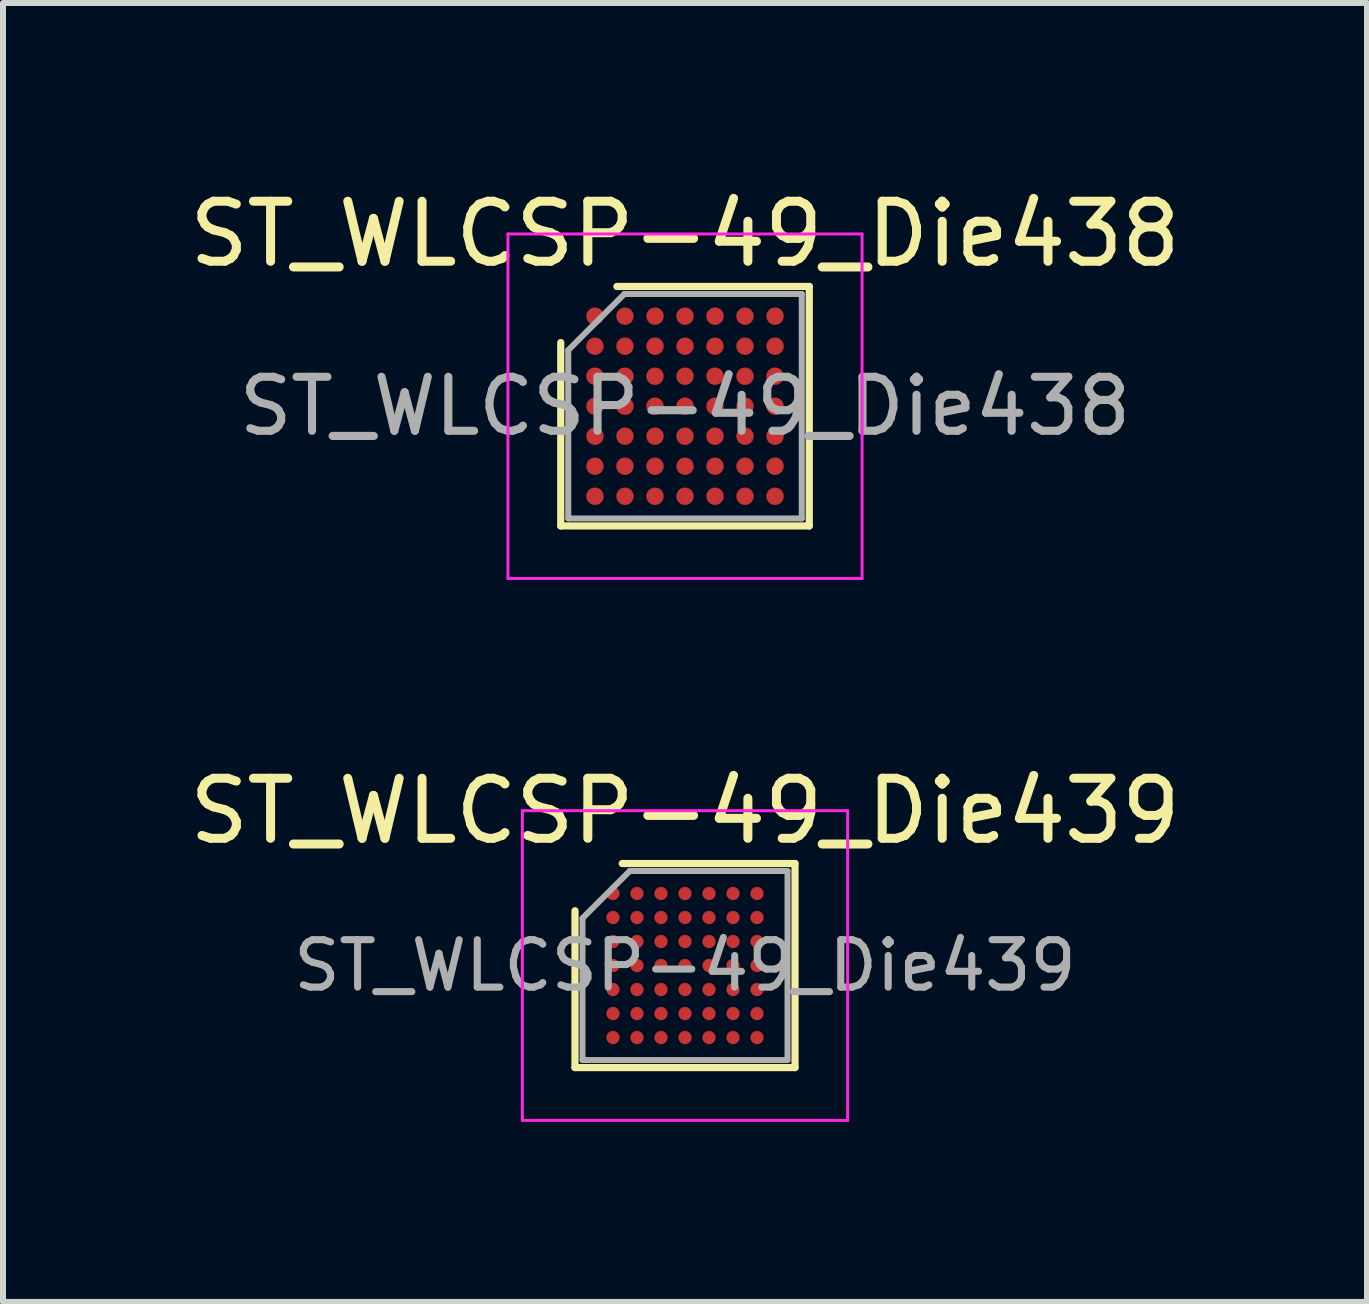
<source format=kicad_pcb>
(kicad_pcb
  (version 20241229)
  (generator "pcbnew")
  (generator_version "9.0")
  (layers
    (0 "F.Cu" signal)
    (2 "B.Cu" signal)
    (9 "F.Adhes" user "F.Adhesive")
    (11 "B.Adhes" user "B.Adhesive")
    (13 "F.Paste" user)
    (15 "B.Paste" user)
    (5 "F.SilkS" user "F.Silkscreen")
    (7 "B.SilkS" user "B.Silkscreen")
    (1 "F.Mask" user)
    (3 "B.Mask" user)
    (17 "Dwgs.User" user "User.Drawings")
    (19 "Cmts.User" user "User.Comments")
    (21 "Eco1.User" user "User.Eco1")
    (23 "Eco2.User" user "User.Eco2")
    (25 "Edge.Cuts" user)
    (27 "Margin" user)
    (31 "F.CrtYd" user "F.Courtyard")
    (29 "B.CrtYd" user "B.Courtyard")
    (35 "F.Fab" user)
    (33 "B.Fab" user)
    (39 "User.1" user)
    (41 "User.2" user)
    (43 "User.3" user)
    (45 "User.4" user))
  (footprint "ST_WLCSP-49_Die438"
    (layer "F.Cu")
    (at 8.363 3.718)
    (property "Reference" "ST_WLCSP-49_Die438" (at 0 -2.87 0) (layer "F.SilkS") (effects (font (size 1 1) (thickness 0.15))))
    (attr smd)
    (fp_line (start -2.07 1.995) (end -2.07 -1.06) (stroke (width 0.12) (type solid)) (layer "F.SilkS"))
    (fp_line (start -1.135 -1.995) (end 2.07 -1.995) (stroke (width 0.12) (type solid)) (layer "F.SilkS"))
    (fp_line (start 2.07 -1.995) (end 2.07 1.995) (stroke (width 0.12) (type solid)) (layer "F.SilkS"))
    (fp_line (start 2.07 1.995) (end -2.07 1.995) (stroke (width 0.12) (type solid)) (layer "F.SilkS"))
    (fp_line (start -2.95 -2.87) (end -2.95 2.87) (stroke (width 0.05) (type solid)) (layer "F.CrtYd"))
    (fp_line (start -2.95 2.87) (end 2.95 2.87) (stroke (width 0.05) (type solid)) (layer "F.CrtYd"))
    (fp_line (start 2.95 -2.87) (end -2.95 -2.87) (stroke (width 0.05) (type solid)) (layer "F.CrtYd"))
    (fp_line (start 2.95 2.87) (end 2.95 -2.87) (stroke (width 0.05) (type solid)) (layer "F.CrtYd"))
    (fp_line (start -1.945 -0.935) (end -1.01 -1.87) (stroke (width 0.1) (type solid)) (layer "F.Fab"))
    (fp_line (start -1.945 1.87) (end -1.945 -0.935) (stroke (width 0.1) (type solid)) (layer "F.Fab"))
    (fp_line (start -1.01 -1.87) (end 1.945 -1.87) (stroke (width 0.1) (type solid)) (layer "F.Fab"))
    (fp_line (start 1.945 -1.87) (end 1.945 1.87) (stroke (width 0.1) (type solid)) (layer "F.Fab"))
    (fp_line (start 1.945 1.87) (end -1.945 1.87) (stroke (width 0.1) (type solid)) (layer "F.Fab"))
    (fp_text user "${REFERENCE}" (at 0 0 0) (layer "F.Fab") (effects (font (size 0.9 0.9) (thickness 0.135))))
    (pad "A1" smd circle (at -1.5 -1.5) (size 0.29 0.29) (layers "F.Cu" "F.Mask" "F.Paste"))
    (pad "A2" smd circle (at -1 -1.5) (size 0.29 0.29) (layers "F.Cu" "F.Mask" "F.Paste"))
    (pad "A3" smd circle (at -0.5 -1.5) (size 0.29 0.29) (layers "F.Cu" "F.Mask" "F.Paste"))
    (pad "A4" smd circle (at 0 -1.5) (size 0.29 0.29) (layers "F.Cu" "F.Mask" "F.Paste"))
    (pad "A5" smd circle (at 0.5 -1.5) (size 0.29 0.29) (layers "F.Cu" "F.Mask" "F.Paste"))
    (pad "A6" smd circle (at 1 -1.5) (size 0.29 0.29) (layers "F.Cu" "F.Mask" "F.Paste"))
    (pad "A7" smd circle (at 1.5 -1.5) (size 0.29 0.29) (layers "F.Cu" "F.Mask" "F.Paste"))
    (pad "B1" smd circle (at -1.5 -1) (size 0.29 0.29) (layers "F.Cu" "F.Mask" "F.Paste"))
    (pad "B2" smd circle (at -1 -1) (size 0.29 0.29) (layers "F.Cu" "F.Mask" "F.Paste"))
    (pad "B3" smd circle (at -0.5 -1) (size 0.29 0.29) (layers "F.Cu" "F.Mask" "F.Paste"))
    (pad "B4" smd circle (at 0 -1) (size 0.29 0.29) (layers "F.Cu" "F.Mask" "F.Paste"))
    (pad "B5" smd circle (at 0.5 -1) (size 0.29 0.29) (layers "F.Cu" "F.Mask" "F.Paste"))
    (pad "B6" smd circle (at 1 -1) (size 0.29 0.29) (layers "F.Cu" "F.Mask" "F.Paste"))
    (pad "B7" smd circle (at 1.5 -1) (size 0.29 0.29) (layers "F.Cu" "F.Mask" "F.Paste"))
    (pad "C1" smd circle (at -1.5 -0.5) (size 0.29 0.29) (layers "F.Cu" "F.Mask" "F.Paste"))
    (pad "C2" smd circle (at -1 -0.5) (size 0.29 0.29) (layers "F.Cu" "F.Mask" "F.Paste"))
    (pad "C3" smd circle (at -0.5 -0.5) (size 0.29 0.29) (layers "F.Cu" "F.Mask" "F.Paste"))
    (pad "C4" smd circle (at 0 -0.5) (size 0.29 0.29) (layers "F.Cu" "F.Mask" "F.Paste"))
    (pad "C5" smd circle (at 0.5 -0.5) (size 0.29 0.29) (layers "F.Cu" "F.Mask" "F.Paste"))
    (pad "C6" smd circle (at 1 -0.5) (size 0.29 0.29) (layers "F.Cu" "F.Mask" "F.Paste"))
    (pad "C7" smd circle (at 1.5 -0.5) (size 0.29 0.29) (layers "F.Cu" "F.Mask" "F.Paste"))
    (pad "D1" smd circle (at -1.5 0) (size 0.29 0.29) (layers "F.Cu" "F.Mask" "F.Paste"))
    (pad "D2" smd circle (at -1 0) (size 0.29 0.29) (layers "F.Cu" "F.Mask" "F.Paste"))
    (pad "D3" smd circle (at -0.5 0) (size 0.29 0.29) (layers "F.Cu" "F.Mask" "F.Paste"))
    (pad "D4" smd circle (at 0 0) (size 0.29 0.29) (layers "F.Cu" "F.Mask" "F.Paste"))
    (pad "D5" smd circle (at 0.5 0) (size 0.29 0.29) (layers "F.Cu" "F.Mask" "F.Paste"))
    (pad "D6" smd circle (at 1 0) (size 0.29 0.29) (layers "F.Cu" "F.Mask" "F.Paste"))
    (pad "D7" smd circle (at 1.5 0) (size 0.29 0.29) (layers "F.Cu" "F.Mask" "F.Paste"))
    (pad "E1" smd circle (at -1.5 0.5) (size 0.29 0.29) (layers "F.Cu" "F.Mask" "F.Paste"))
    (pad "E2" smd circle (at -1 0.5) (size 0.29 0.29) (layers "F.Cu" "F.Mask" "F.Paste"))
    (pad "E3" smd circle (at -0.5 0.5) (size 0.29 0.29) (layers "F.Cu" "F.Mask" "F.Paste"))
    (pad "E4" smd circle (at 0 0.5) (size 0.29 0.29) (layers "F.Cu" "F.Mask" "F.Paste"))
    (pad "E5" smd circle (at 0.5 0.5) (size 0.29 0.29) (layers "F.Cu" "F.Mask" "F.Paste"))
    (pad "E6" smd circle (at 1 0.5) (size 0.29 0.29) (layers "F.Cu" "F.Mask" "F.Paste"))
    (pad "E7" smd circle (at 1.5 0.5) (size 0.29 0.29) (layers "F.Cu" "F.Mask" "F.Paste"))
    (pad "F1" smd circle (at -1.5 1) (size 0.29 0.29) (layers "F.Cu" "F.Mask" "F.Paste"))
    (pad "F2" smd circle (at -1 1) (size 0.29 0.29) (layers "F.Cu" "F.Mask" "F.Paste"))
    (pad "F3" smd circle (at -0.5 1) (size 0.29 0.29) (layers "F.Cu" "F.Mask" "F.Paste"))
    (pad "F4" smd circle (at 0 1) (size 0.29 0.29) (layers "F.Cu" "F.Mask" "F.Paste"))
    (pad "F5" smd circle (at 0.5 1) (size 0.29 0.29) (layers "F.Cu" "F.Mask" "F.Paste"))
    (pad "F6" smd circle (at 1 1) (size 0.29 0.29) (layers "F.Cu" "F.Mask" "F.Paste"))
    (pad "F7" smd circle (at 1.5 1) (size 0.29 0.29) (layers "F.Cu" "F.Mask" "F.Paste"))
    (pad "G1" smd circle (at -1.5 1.5) (size 0.29 0.29) (layers "F.Cu" "F.Mask" "F.Paste"))
    (pad "G2" smd circle (at -1 1.5) (size 0.29 0.29) (layers "F.Cu" "F.Mask" "F.Paste"))
    (pad "G3" smd circle (at -0.5 1.5) (size 0.29 0.29) (layers "F.Cu" "F.Mask" "F.Paste"))
    (pad "G4" smd circle (at 0 1.5) (size 0.29 0.29) (layers "F.Cu" "F.Mask" "F.Paste"))
    (pad "G5" smd circle (at 0.5 1.5) (size 0.29 0.29) (layers "F.Cu" "F.Mask" "F.Paste"))
    (pad "G6" smd circle (at 1 1.5) (size 0.29 0.29) (layers "F.Cu" "F.Mask" "F.Paste"))
    (pad "G7" smd circle (at 1.5 1.5) (size 0.29 0.29) (layers "F.Cu" "F.Mask" "F.Paste")))
  (footprint "ST_WLCSP-49_Die439"
    (layer "F.Cu")
    (at 8.363 13.037)
    (property "Reference" "ST_WLCSP-49_Die439" (at 0 -2.575 0) (layer "F.SilkS") (effects (font (size 1 1) (thickness 0.15))))
    (attr smd)
    (fp_line (start -1.833 1.7) (end -1.833 -0.913) (stroke (width 0.12) (type solid)) (layer "F.SilkS"))
    (fp_line (start -1.046 -1.7) (end 1.833 -1.7) (stroke (width 0.12) (type solid)) (layer "F.SilkS"))
    (fp_line (start 1.833 -1.7) (end 1.833 1.7) (stroke (width 0.12) (type solid)) (layer "F.SilkS"))
    (fp_line (start 1.833 1.7) (end -1.833 1.7) (stroke (width 0.12) (type solid)) (layer "F.SilkS"))
    (fp_line (start -2.71 -2.58) (end -2.71 2.58) (stroke (width 0.05) (type solid)) (layer "F.CrtYd"))
    (fp_line (start -2.71 2.58) (end 2.71 2.58) (stroke (width 0.05) (type solid)) (layer "F.CrtYd"))
    (fp_line (start 2.71 -2.58) (end -2.71 -2.58) (stroke (width 0.05) (type solid)) (layer "F.CrtYd"))
    (fp_line (start 2.71 2.58) (end 2.71 -2.58) (stroke (width 0.05) (type solid)) (layer "F.CrtYd"))
    (fp_line (start -1.708 -0.788) (end -0.921 -1.575) (stroke (width 0.1) (type solid)) (layer "F.Fab"))
    (fp_line (start -1.708 1.575) (end -1.708 -0.788) (stroke (width 0.1) (type solid)) (layer "F.Fab"))
    (fp_line (start -0.921 -1.575) (end 1.708 -1.575) (stroke (width 0.1) (type solid)) (layer "F.Fab"))
    (fp_line (start 1.708 -1.575) (end 1.708 1.575) (stroke (width 0.1) (type solid)) (layer "F.Fab"))
    (fp_line (start 1.708 1.575) (end -1.708 1.575) (stroke (width 0.1) (type solid)) (layer "F.Fab"))
    (fp_text user "${REFERENCE}" (at 0 0 0) (layer "F.Fab") (effects (font (size 0.79 0.79) (thickness 0.118))))
    (pad "A1" smd circle (at -1.2 -1.2) (size 0.22 0.22) (layers "F.Cu" "F.Mask" "F.Paste"))
    (pad "A2" smd circle (at -0.8 -1.2) (size 0.22 0.22) (layers "F.Cu" "F.Mask" "F.Paste"))
    (pad "A3" smd circle (at -0.4 -1.2) (size 0.22 0.22) (layers "F.Cu" "F.Mask" "F.Paste"))
    (pad "A4" smd circle (at 0 -1.2) (size 0.22 0.22) (layers "F.Cu" "F.Mask" "F.Paste"))
    (pad "A5" smd circle (at 0.4 -1.2) (size 0.22 0.22) (layers "F.Cu" "F.Mask" "F.Paste"))
    (pad "A6" smd circle (at 0.8 -1.2) (size 0.22 0.22) (layers "F.Cu" "F.Mask" "F.Paste"))
    (pad "A7" smd circle (at 1.2 -1.2) (size 0.22 0.22) (layers "F.Cu" "F.Mask" "F.Paste"))
    (pad "B1" smd circle (at -1.2 -0.8) (size 0.22 0.22) (layers "F.Cu" "F.Mask" "F.Paste"))
    (pad "B2" smd circle (at -0.8 -0.8) (size 0.22 0.22) (layers "F.Cu" "F.Mask" "F.Paste"))
    (pad "B3" smd circle (at -0.4 -0.8) (size 0.22 0.22) (layers "F.Cu" "F.Mask" "F.Paste"))
    (pad "B4" smd circle (at 0 -0.8) (size 0.22 0.22) (layers "F.Cu" "F.Mask" "F.Paste"))
    (pad "B5" smd circle (at 0.4 -0.8) (size 0.22 0.22) (layers "F.Cu" "F.Mask" "F.Paste"))
    (pad "B6" smd circle (at 0.8 -0.8) (size 0.22 0.22) (layers "F.Cu" "F.Mask" "F.Paste"))
    (pad "B7" smd circle (at 1.2 -0.8) (size 0.22 0.22) (layers "F.Cu" "F.Mask" "F.Paste"))
    (pad "C1" smd circle (at -1.2 -0.4) (size 0.22 0.22) (layers "F.Cu" "F.Mask" "F.Paste"))
    (pad "C2" smd circle (at -0.8 -0.4) (size 0.22 0.22) (layers "F.Cu" "F.Mask" "F.Paste"))
    (pad "C3" smd circle (at -0.4 -0.4) (size 0.22 0.22) (layers "F.Cu" "F.Mask" "F.Paste"))
    (pad "C4" smd circle (at 0 -0.4) (size 0.22 0.22) (layers "F.Cu" "F.Mask" "F.Paste"))
    (pad "C5" smd circle (at 0.4 -0.4) (size 0.22 0.22) (layers "F.Cu" "F.Mask" "F.Paste"))
    (pad "C6" smd circle (at 0.8 -0.4) (size 0.22 0.22) (layers "F.Cu" "F.Mask" "F.Paste"))
    (pad "C7" smd circle (at 1.2 -0.4) (size 0.22 0.22) (layers "F.Cu" "F.Mask" "F.Paste"))
    (pad "D1" smd circle (at -1.2 0) (size 0.22 0.22) (layers "F.Cu" "F.Mask" "F.Paste"))
    (pad "D2" smd circle (at -0.8 0) (size 0.22 0.22) (layers "F.Cu" "F.Mask" "F.Paste"))
    (pad "D3" smd circle (at -0.4 0) (size 0.22 0.22) (layers "F.Cu" "F.Mask" "F.Paste"))
    (pad "D4" smd circle (at 0 0) (size 0.22 0.22) (layers "F.Cu" "F.Mask" "F.Paste"))
    (pad "D5" smd circle (at 0.4 0) (size 0.22 0.22) (layers "F.Cu" "F.Mask" "F.Paste"))
    (pad "D6" smd circle (at 0.8 0) (size 0.22 0.22) (layers "F.Cu" "F.Mask" "F.Paste"))
    (pad "D7" smd circle (at 1.2 0) (size 0.22 0.22) (layers "F.Cu" "F.Mask" "F.Paste"))
    (pad "E1" smd circle (at -1.2 0.4) (size 0.22 0.22) (layers "F.Cu" "F.Mask" "F.Paste"))
    (pad "E2" smd circle (at -0.8 0.4) (size 0.22 0.22) (layers "F.Cu" "F.Mask" "F.Paste"))
    (pad "E3" smd circle (at -0.4 0.4) (size 0.22 0.22) (layers "F.Cu" "F.Mask" "F.Paste"))
    (pad "E4" smd circle (at 0 0.4) (size 0.22 0.22) (layers "F.Cu" "F.Mask" "F.Paste"))
    (pad "E5" smd circle (at 0.4 0.4) (size 0.22 0.22) (layers "F.Cu" "F.Mask" "F.Paste"))
    (pad "E6" smd circle (at 0.8 0.4) (size 0.22 0.22) (layers "F.Cu" "F.Mask" "F.Paste"))
    (pad "E7" smd circle (at 1.2 0.4) (size 0.22 0.22) (layers "F.Cu" "F.Mask" "F.Paste"))
    (pad "F1" smd circle (at -1.2 0.8) (size 0.22 0.22) (layers "F.Cu" "F.Mask" "F.Paste"))
    (pad "F2" smd circle (at -0.8 0.8) (size 0.22 0.22) (layers "F.Cu" "F.Mask" "F.Paste"))
    (pad "F3" smd circle (at -0.4 0.8) (size 0.22 0.22) (layers "F.Cu" "F.Mask" "F.Paste"))
    (pad "F4" smd circle (at 0 0.8) (size 0.22 0.22) (layers "F.Cu" "F.Mask" "F.Paste"))
    (pad "F5" smd circle (at 0.4 0.8) (size 0.22 0.22) (layers "F.Cu" "F.Mask" "F.Paste"))
    (pad "F6" smd circle (at 0.8 0.8) (size 0.22 0.22) (layers "F.Cu" "F.Mask" "F.Paste"))
    (pad "F7" smd circle (at 1.2 0.8) (size 0.22 0.22) (layers "F.Cu" "F.Mask" "F.Paste"))
    (pad "G1" smd circle (at -1.2 1.2) (size 0.22 0.22) (layers "F.Cu" "F.Mask" "F.Paste"))
    (pad "G2" smd circle (at -0.8 1.2) (size 0.22 0.22) (layers "F.Cu" "F.Mask" "F.Paste"))
    (pad "G3" smd circle (at -0.4 1.2) (size 0.22 0.22) (layers "F.Cu" "F.Mask" "F.Paste"))
    (pad "G4" smd circle (at 0 1.2) (size 0.22 0.22) (layers "F.Cu" "F.Mask" "F.Paste"))
    (pad "G5" smd circle (at 0.4 1.2) (size 0.22 0.22) (layers "F.Cu" "F.Mask" "F.Paste"))
    (pad "G6" smd circle (at 0.8 1.2) (size 0.22 0.22) (layers "F.Cu" "F.Mask" "F.Paste"))
    (pad "G7" smd circle (at 1.2 1.2) (size 0.22 0.22) (layers "F.Cu" "F.Mask" "F.Paste")))
  (gr_rect
    (start -3 -3)
    (end 19.726 18.642)
    (stroke (width 0.1) (type default))
    (fill no)
    (layer "Edge.Cuts")))
</source>
